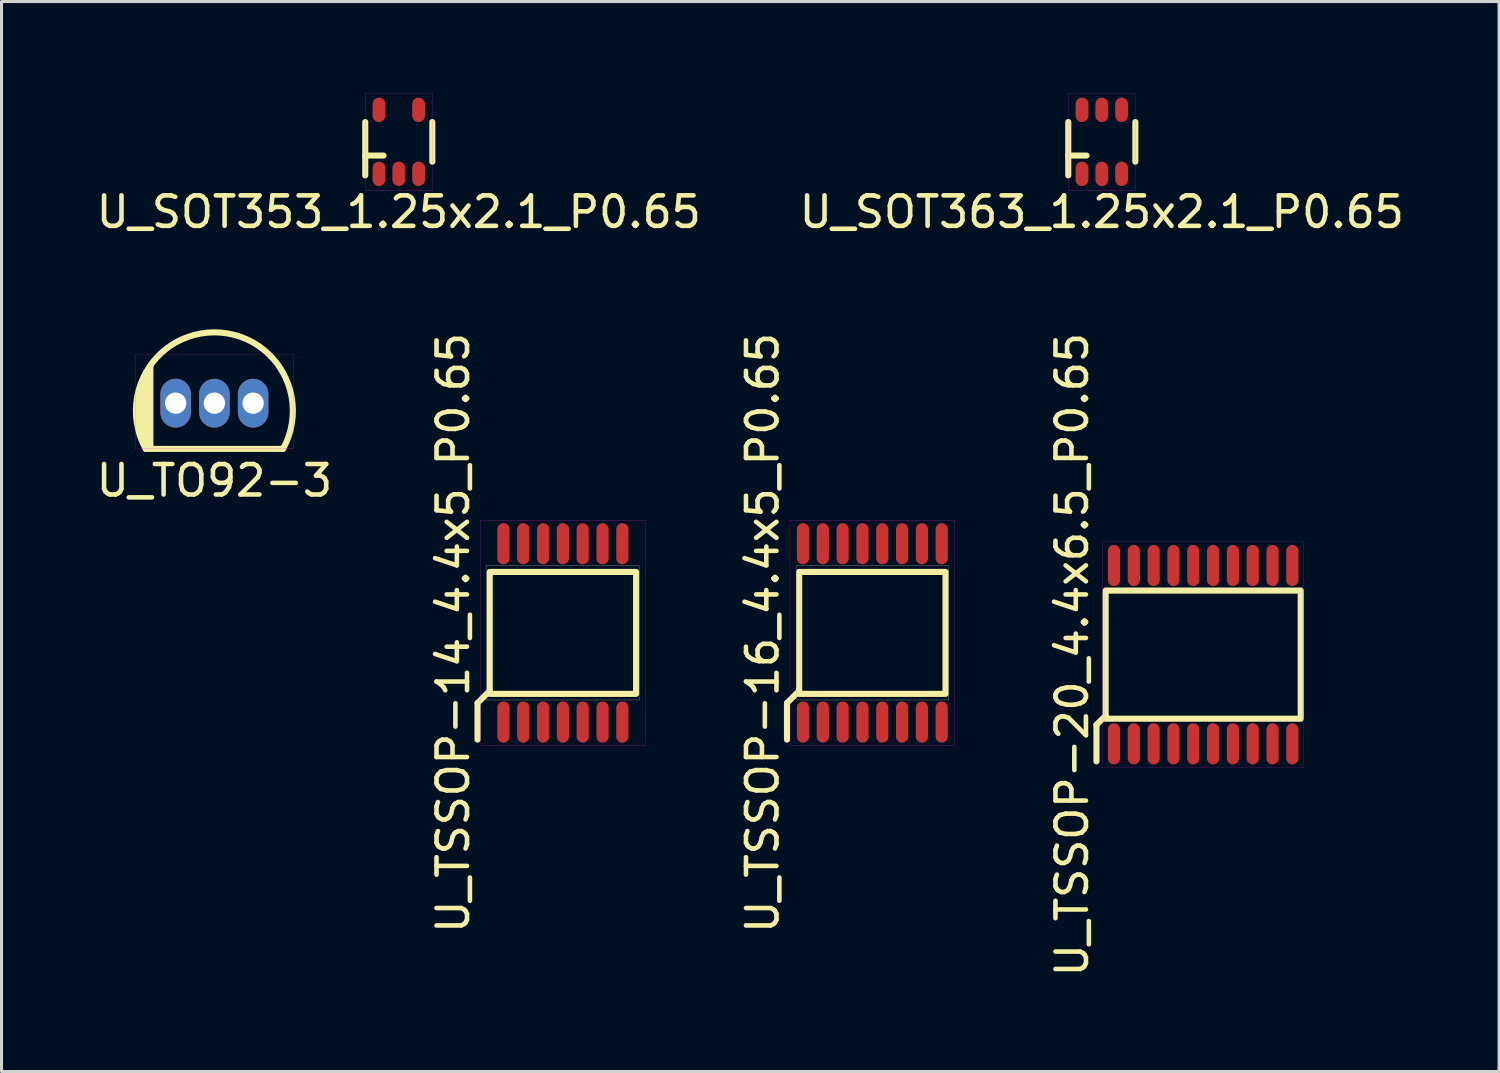
<source format=kicad_pcb>
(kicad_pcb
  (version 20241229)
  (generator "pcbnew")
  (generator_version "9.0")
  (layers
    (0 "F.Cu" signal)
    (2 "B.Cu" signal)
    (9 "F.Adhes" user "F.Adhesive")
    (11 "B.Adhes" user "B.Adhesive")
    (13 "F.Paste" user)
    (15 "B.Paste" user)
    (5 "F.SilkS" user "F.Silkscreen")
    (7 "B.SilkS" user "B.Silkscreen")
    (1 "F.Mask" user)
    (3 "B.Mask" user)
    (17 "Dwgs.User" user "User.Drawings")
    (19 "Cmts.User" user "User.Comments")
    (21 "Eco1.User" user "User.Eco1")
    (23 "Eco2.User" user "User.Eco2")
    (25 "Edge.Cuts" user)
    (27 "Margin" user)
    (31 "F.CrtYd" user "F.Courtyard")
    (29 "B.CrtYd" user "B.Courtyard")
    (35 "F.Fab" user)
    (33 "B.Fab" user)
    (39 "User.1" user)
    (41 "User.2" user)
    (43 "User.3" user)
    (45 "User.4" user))
  (footprint "U_SOT353_1.25x2.1_P0.65"
    (layer "F.Cu")
    (at 10.03 1.603)
    (property "Reference" "U_SOT353_1.25x2.1_P0.65" (at 0 2.3 0) (layer "F.SilkS") (effects (font (size 1 1) (thickness 0.15))))
    (attr smd)
    (fp_line (start -1.1 -0.65) (end -1.1 0.45) (stroke (width 0.2) (type solid)) (layer "F.SilkS"))
    (fp_line (start -1.1 0.45) (end -1.1 1.1) (stroke (width 0.2) (type solid)) (layer "F.SilkS"))
    (fp_line (start -1.1 0.45) (end -0.5 0.45) (stroke (width 0.2) (type solid)) (layer "F.SilkS"))
    (fp_line (start 1.1 0.65) (end 1.1 -0.65) (stroke (width 0.2) (type solid)) (layer "F.SilkS"))
    (fp_rect (start -1.1 -1.6) (end 1.1 1.6) (stroke (width 0.005) (type solid)) (fill no) (layer "F.CrtYd"))
    (pad "1" smd oval (at -0.65 1.05) (size 0.42 0.8) (layers "F.Cu" "F.Mask" "F.Paste"))
    (pad "2" smd oval (at 0 1.05) (size 0.42 0.8) (layers "F.Cu" "F.Mask" "F.Paste"))
    (pad "3" smd oval (at 0.65 1.05) (size 0.42 0.8) (layers "F.Cu" "F.Mask" "F.Paste"))
    (pad "4" smd oval (at 0.65 -1.05) (size 0.42 0.8) (layers "F.Cu" "F.Mask" "F.Paste"))
    (pad "5" smd oval (at -0.65 -1.05) (size 0.42 0.8) (layers "F.Cu" "F.Mask" "F.Paste")))
  (footprint "U_TO92-3"
    (layer "F.Cu")
    (at 3.982 10.174)
    (property "Reference" "U_TO92-3" (at 0 2.54 0) (layer "F.SilkS") (effects (font (size 1 1) (thickness 0.15))))
    (attr through_hole)
    (fp_line (start -2.25 1.5) (end 2.25 1.5) (stroke (width 0.2) (type solid)) (layer "F.SilkS"))
    (fp_arc (start -2.25 1.5) (mid 0 -2.323555) (end 2.25 1.5) (stroke (width 0.2) (type solid)) (layer "F.SilkS"))
    (fp_poly (pts (xy -2.25 1.5) (xy -2.5 1) (xy -2.6 0.2) (xy -2.5 -0.3) (xy -2.3 -0.9) (xy -2 -1.4) (xy -2 1.5)) (stroke (width 0) (type solid)) (fill yes) (layer "F.SilkS"))
    (fp_rect (start -2.6 -1.6) (end 2.6 1.5) (stroke (width 0.005) (type solid)) (fill no) (layer "F.CrtYd"))
    (pad "1" thru_hole oval (at -1.27 0) (size 1 1.6) (drill 0.7) (layers "*.Cu" "*.Mask"))
    (pad "2" thru_hole oval (at 0 0) (size 1 1.6) (drill 0.7) (layers "*.Cu" "*.Mask"))
    (pad "3" thru_hole oval (at 1.27 0) (size 1 1.6) (drill 0.7) (layers "*.Cu" "*.Mask")))
  (footprint "U_TSSOP-20_4.4x6.5_P0.65"
    (layer "F.Cu")
    (at 36.414 18.423)
    (property "Reference" "U_TSSOP-20_4.4x6.5_P0.65" (at -4.3 0 90) (layer "F.SilkS") (effects (font (size 1 1) (thickness 0.15))))
    (attr smd)
    (fp_line (start -3.5 2.3) (end -3.2 2) (stroke (width 0.2) (type solid)) (layer "F.SilkS"))
    (fp_line (start -3.5 3.5) (end -3.5 2.3) (stroke (width 0.2) (type solid)) (layer "F.SilkS"))
    (fp_rect (start -3.2 -2.1) (end 3.2 2.1) (stroke (width 0.2) (type solid)) (fill no) (layer "F.SilkS"))
    (fp_rect (start -3.3 -3.7) (end 3.3 3.7) (stroke (width 0.005) (type solid)) (fill no) (layer "F.CrtYd"))
    (fp_line (start -3.25 2.2) (end -3.25 -2.2) (stroke (width 0.01) (type solid)) (layer "F.Fab"))
    (fp_line (start -3.25 2.2) (end 3.25 2.2) (stroke (width 0.01) (type solid)) (layer "F.Fab"))
    (fp_line (start 3.25 -2.2) (end -3.25 -2.2) (stroke (width 0.01) (type solid)) (layer "F.Fab"))
    (fp_line (start 3.25 2.2) (end 3.25 -2.2) (stroke (width 0.01) (type solid)) (layer "F.Fab"))
    (pad "1" smd oval (at -2.925 2.925) (size 0.4 1.35) (layers "F.Cu" "F.Mask" "F.Paste"))
    (pad "2" smd oval (at -2.275 2.925) (size 0.4 1.35) (layers "F.Cu" "F.Mask" "F.Paste"))
    (pad "3" smd oval (at -1.625 2.925) (size 0.4 1.35) (layers "F.Cu" "F.Mask" "F.Paste"))
    (pad "4" smd oval (at -0.975 2.925) (size 0.4 1.35) (layers "F.Cu" "F.Mask" "F.Paste"))
    (pad "5" smd oval (at -0.325 2.925) (size 0.4 1.35) (layers "F.Cu" "F.Mask" "F.Paste"))
    (pad "6" smd oval (at 0.325 2.925) (size 0.4 1.35) (layers "F.Cu" "F.Mask" "F.Paste"))
    (pad "7" smd oval (at 0.975 2.925) (size 0.4 1.35) (layers "F.Cu" "F.Mask" "F.Paste"))
    (pad "8" smd oval (at 1.625 2.925) (size 0.4 1.35) (layers "F.Cu" "F.Mask" "F.Paste"))
    (pad "9" smd oval (at 2.275 2.925) (size 0.4 1.35) (layers "F.Cu" "F.Mask" "F.Paste"))
    (pad "10" smd oval (at 2.925 2.925) (size 0.4 1.35) (layers "F.Cu" "F.Mask" "F.Paste"))
    (pad "11" smd oval (at 2.925 -2.925) (size 0.4 1.35) (layers "F.Cu" "F.Mask" "F.Paste"))
    (pad "12" smd oval (at 2.275 -2.925) (size 0.4 1.35) (layers "F.Cu" "F.Mask" "F.Paste"))
    (pad "13" smd oval (at 1.625 -2.925) (size 0.4 1.35) (layers "F.Cu" "F.Mask" "F.Paste"))
    (pad "14" smd oval (at 0.975 -2.925) (size 0.4 1.35) (layers "F.Cu" "F.Mask" "F.Paste"))
    (pad "15" smd oval (at 0.325 -2.925) (size 0.4 1.35) (layers "F.Cu" "F.Mask" "F.Paste"))
    (pad "16" smd oval (at -0.325 -2.925) (size 0.4 1.35) (layers "F.Cu" "F.Mask" "F.Paste"))
    (pad "17" smd oval (at -0.975 -2.925) (size 0.4 1.35) (layers "F.Cu" "F.Mask" "F.Paste"))
    (pad "18" smd oval (at -1.625 -2.925) (size 0.4 1.35) (layers "F.Cu" "F.Mask" "F.Paste"))
    (pad "19" smd oval (at -2.275 -2.925) (size 0.4 1.35) (layers "F.Cu" "F.Mask" "F.Paste"))
    (pad "20" smd oval (at -2.925 -2.925) (size 0.4 1.35) (layers "F.Cu" "F.Mask" "F.Paste")))
  (footprint "U_TSSOP-14_4.4x5_P0.65"
    (layer "F.Cu")
    (at 15.413 17.709)
    (property "Reference" "U_TSSOP-14_4.4x5_P0.65" (at -3.6 0 90) (layer "F.SilkS") (effects (font (size 1 1) (thickness 0.15))))
    (attr smd)
    (fp_line (start -2.8 2.3) (end -2.4 1.9) (stroke (width 0.2) (type solid)) (layer "F.SilkS"))
    (fp_line (start -2.8 3.5) (end -2.8 2.3) (stroke (width 0.2) (type solid)) (layer "F.SilkS"))
    (fp_rect (start -2.4 -2) (end 2.4 2) (stroke (width 0.2) (type solid)) (fill no) (layer "F.SilkS"))
    (fp_rect (start -2.7 3.7) (end 2.7 -3.7) (stroke (width 0.005) (type solid)) (fill no) (layer "F.CrtYd"))
    (fp_line (start -2.5 2.2) (end -2.5 -2.2) (stroke (width 0.01) (type solid)) (layer "F.Fab"))
    (fp_line (start -2.5 2.2) (end 2.5 2.2) (stroke (width 0.01) (type solid)) (layer "F.Fab"))
    (fp_line (start 2.5 -2.2) (end -2.5 -2.2) (stroke (width 0.01) (type solid)) (layer "F.Fab"))
    (fp_line (start 2.5 2.2) (end 2.5 -2.2) (stroke (width 0.01) (type solid)) (layer "F.Fab"))
    (pad "1" smd oval (at -1.95 2.925) (size 0.4 1.35) (layers "F.Cu" "F.Mask" "F.Paste"))
    (pad "2" smd oval (at -1.3 2.925) (size 0.4 1.35) (layers "F.Cu" "F.Mask" "F.Paste"))
    (pad "3" smd oval (at -0.65 2.925) (size 0.4 1.35) (layers "F.Cu" "F.Mask" "F.Paste"))
    (pad "4" smd oval (at 0 2.925) (size 0.4 1.35) (layers "F.Cu" "F.Mask" "F.Paste"))
    (pad "5" smd oval (at 0.65 2.925) (size 0.4 1.35) (layers "F.Cu" "F.Mask" "F.Paste"))
    (pad "6" smd oval (at 1.3 2.925) (size 0.4 1.35) (layers "F.Cu" "F.Mask" "F.Paste"))
    (pad "7" smd oval (at 1.95 2.925) (size 0.4 1.35) (layers "F.Cu" "F.Mask" "F.Paste"))
    (pad "8" smd oval (at 1.95 -2.925) (size 0.4 1.35) (layers "F.Cu" "F.Mask" "F.Paste"))
    (pad "9" smd oval (at 1.3 -2.925) (size 0.4 1.35) (layers "F.Cu" "F.Mask" "F.Paste"))
    (pad "10" smd oval (at 0.65 -2.925) (size 0.4 1.35) (layers "F.Cu" "F.Mask" "F.Paste"))
    (pad "11" smd oval (at 0 -2.925) (size 0.4 1.35) (layers "F.Cu" "F.Mask" "F.Paste"))
    (pad "12" smd oval (at -0.65 -2.925) (size 0.4 1.35) (layers "F.Cu" "F.Mask" "F.Paste"))
    (pad "13" smd oval (at -1.3 -2.925) (size 0.4 1.35) (layers "F.Cu" "F.Mask" "F.Paste"))
    (pad "14" smd oval (at -1.95 -2.925) (size 0.4 1.35) (layers "F.Cu" "F.Mask" "F.Paste")))
  (footprint "U_SOT363_1.25x2.1_P0.65"
    (layer "F.Cu")
    (at 33.089 1.603)
    (property "Reference" "U_SOT363_1.25x2.1_P0.65" (at 0 2.3 0) (layer "F.SilkS") (effects (font (size 1 1) (thickness 0.15))))
    (attr smd)
    (fp_line (start -1.1 -0.65) (end -1.1 0.45) (stroke (width 0.2) (type solid)) (layer "F.SilkS"))
    (fp_line (start -1.1 0.45) (end -1.1 1.1) (stroke (width 0.2) (type solid)) (layer "F.SilkS"))
    (fp_line (start -1.1 0.45) (end -0.5 0.45) (stroke (width 0.2) (type solid)) (layer "F.SilkS"))
    (fp_line (start 1.1 0.65) (end 1.1 -0.65) (stroke (width 0.2) (type solid)) (layer "F.SilkS"))
    (fp_rect (start -1.1 -1.6) (end 1.1 1.6) (stroke (width 0.005) (type solid)) (fill no) (layer "F.CrtYd"))
    (pad "1" smd oval (at -0.65 1.05) (size 0.42 0.8) (layers "F.Cu" "F.Mask" "F.Paste"))
    (pad "2" smd oval (at 0 1.05) (size 0.42 0.8) (layers "F.Cu" "F.Mask" "F.Paste"))
    (pad "3" smd oval (at 0.65 1.05) (size 0.42 0.8) (layers "F.Cu" "F.Mask" "F.Paste"))
    (pad "4" smd oval (at 0.65 -1.05) (size 0.42 0.8) (layers "F.Cu" "F.Mask" "F.Paste"))
    (pad "5" smd oval (at 0 -1.05) (size 0.42 0.8) (layers "F.Cu" "F.Mask" "F.Paste"))
    (pad "6" smd oval (at -0.65 -1.05) (size 0.42 0.8) (layers "F.Cu" "F.Mask" "F.Paste")))
  (footprint "U_TSSOP-16_4.4x5_P0.65"
    (layer "F.Cu")
    (at 25.563 17.709)
    (property "Reference" "U_TSSOP-16_4.4x5_P0.65" (at -3.6 0 90) (layer "F.SilkS") (effects (font (size 1 1) (thickness 0.15))))
    (attr smd)
    (fp_line (start -2.8 2.3) (end -2.4 1.9) (stroke (width 0.2) (type solid)) (layer "F.SilkS"))
    (fp_line (start -2.8 3.5) (end -2.8 2.3) (stroke (width 0.2) (type solid)) (layer "F.SilkS"))
    (fp_rect (start -2.4 -2) (end 2.4 2) (stroke (width 0.2) (type solid)) (fill no) (layer "F.SilkS"))
    (fp_rect (start -2.7 3.7) (end 2.7 -3.7) (stroke (width 0.005) (type solid)) (fill no) (layer "F.CrtYd"))
    (fp_line (start -2.5 2.2) (end -2.5 -2.2) (stroke (width 0.01) (type solid)) (layer "F.Fab"))
    (fp_line (start -2.5 2.2) (end 2.5 2.2) (stroke (width 0.01) (type solid)) (layer "F.Fab"))
    (fp_line (start 2.5 -2.2) (end -2.5 -2.2) (stroke (width 0.01) (type solid)) (layer "F.Fab"))
    (fp_line (start 2.5 2.2) (end 2.5 -2.2) (stroke (width 0.01) (type solid)) (layer "F.Fab"))
    (pad "1" smd oval (at -2.275 2.925) (size 0.4 1.35) (layers "F.Cu" "F.Mask" "F.Paste"))
    (pad "2" smd oval (at -1.625 2.925) (size 0.4 1.35) (layers "F.Cu" "F.Mask" "F.Paste"))
    (pad "3" smd oval (at -0.975 2.925) (size 0.4 1.35) (layers "F.Cu" "F.Mask" "F.Paste"))
    (pad "4" smd oval (at -0.325 2.925) (size 0.4 1.35) (layers "F.Cu" "F.Mask" "F.Paste"))
    (pad "5" smd oval (at 0.325 2.925) (size 0.4 1.35) (layers "F.Cu" "F.Mask" "F.Paste"))
    (pad "6" smd oval (at 0.975 2.925) (size 0.4 1.35) (layers "F.Cu" "F.Mask" "F.Paste"))
    (pad "7" smd oval (at 1.625 2.925) (size 0.4 1.35) (layers "F.Cu" "F.Mask" "F.Paste"))
    (pad "8" smd oval (at 2.275 2.925) (size 0.4 1.35) (layers "F.Cu" "F.Mask" "F.Paste"))
    (pad "9" smd oval (at 2.275 -2.925) (size 0.4 1.35) (layers "F.Cu" "F.Mask" "F.Paste"))
    (pad "10" smd oval (at 1.625 -2.925) (size 0.4 1.35) (layers "F.Cu" "F.Mask" "F.Paste"))
    (pad "11" smd oval (at 0.975 -2.925) (size 0.4 1.35) (layers "F.Cu" "F.Mask" "F.Paste"))
    (pad "12" smd oval (at 0.325 -2.925) (size 0.4 1.35) (layers "F.Cu" "F.Mask" "F.Paste"))
    (pad "13" smd oval (at -0.325 -2.925) (size 0.4 1.35) (layers "F.Cu" "F.Mask" "F.Paste"))
    (pad "14" smd oval (at -0.975 -2.925) (size 0.4 1.35) (layers "F.Cu" "F.Mask" "F.Paste"))
    (pad "15" smd oval (at -1.625 -2.925) (size 0.4 1.35) (layers "F.Cu" "F.Mask" "F.Paste"))
    (pad "16" smd oval (at -2.275 -2.925) (size 0.4 1.35) (layers "F.Cu" "F.Mask" "F.Paste")))
  (gr_rect
    (start -3 -3)
    (end 46.119 32.096)
    (stroke (width 0.1) (type default))
    (fill no)
    (layer "Edge.Cuts")))
</source>
